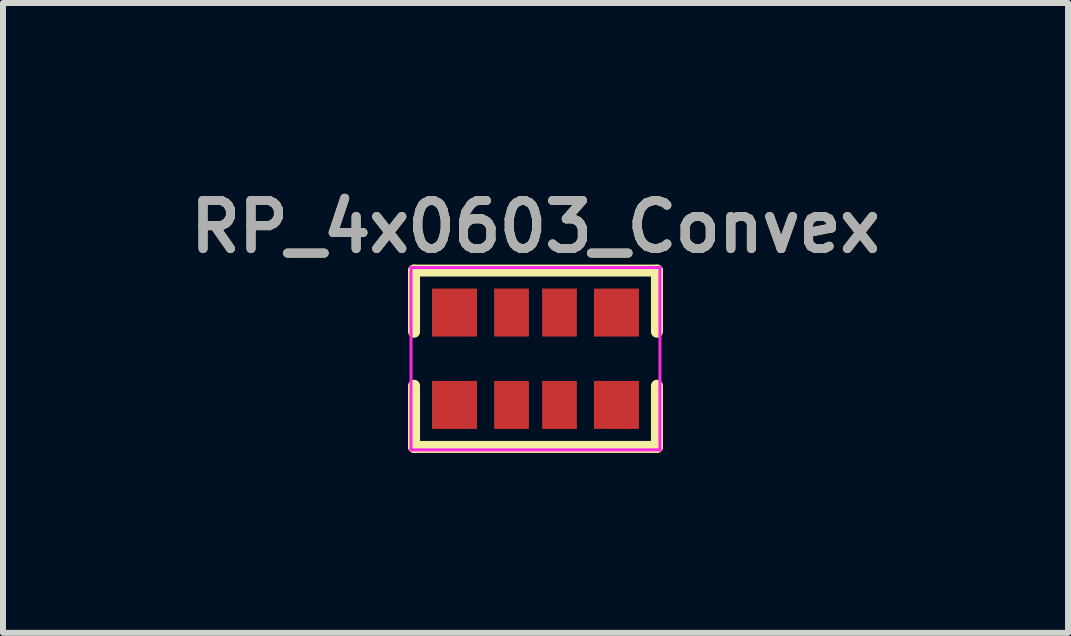
<source format=kicad_pcb>
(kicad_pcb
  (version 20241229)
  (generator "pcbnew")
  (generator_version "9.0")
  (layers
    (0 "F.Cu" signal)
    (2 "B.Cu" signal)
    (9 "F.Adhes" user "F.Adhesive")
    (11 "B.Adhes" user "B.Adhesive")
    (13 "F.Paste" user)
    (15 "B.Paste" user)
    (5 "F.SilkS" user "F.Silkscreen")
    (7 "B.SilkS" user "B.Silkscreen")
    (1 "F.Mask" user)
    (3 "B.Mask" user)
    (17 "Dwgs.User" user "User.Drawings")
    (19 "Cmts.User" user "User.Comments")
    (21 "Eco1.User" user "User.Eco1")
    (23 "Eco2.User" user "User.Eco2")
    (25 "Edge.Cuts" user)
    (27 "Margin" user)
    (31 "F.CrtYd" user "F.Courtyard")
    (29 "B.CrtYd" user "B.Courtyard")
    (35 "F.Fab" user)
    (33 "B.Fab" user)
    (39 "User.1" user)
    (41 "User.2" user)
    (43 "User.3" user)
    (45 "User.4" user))
  (footprint "RP_4x0603_Convex"
    (layer "F.Cu")
    (at 5.878 2.931)
    (property "Reference" "RP_4x0603_Convex" (at 0 -2.2 0) (layer "F.SilkS") (effects (font (size 0.8 0.8) (thickness 0.15))))
    (attr smd)
    (fp_line (start -2.025 -1.47) (end 2.025 -1.47) (stroke (width 0.2) (type solid)) (layer "F.SilkS"))
    (fp_line (start -2.025 -0.45) (end -2.025 -1.47) (stroke (width 0.2) (type solid)) (layer "F.SilkS"))
    (fp_line (start -2.025 1.47) (end -2.025 0.45) (stroke (width 0.2) (type solid)) (layer "F.SilkS"))
    (fp_line (start -2.025 1.47) (end 2.025 1.47) (stroke (width 0.2) (type solid)) (layer "F.SilkS"))
    (fp_line (start 2.025 -0.45) (end 2.025 -1.47) (stroke (width 0.2) (type solid)) (layer "F.SilkS"))
    (fp_line (start 2.025 1.47) (end 2.025 0.45) (stroke (width 0.2) (type solid)) (layer "F.SilkS"))
    (fp_line (start -2.075 -1.52) (end 2.075 -1.52) (stroke (width 0.05) (type solid)) (layer "F.CrtYd"))
    (fp_line (start -2.075 1.52) (end -2.075 -1.52) (stroke (width 0.05) (type solid)) (layer "F.CrtYd"))
    (fp_line (start 2.075 -1.52) (end 2.075 1.52) (stroke (width 0.05) (type solid)) (layer "F.CrtYd"))
    (fp_line (start 2.075 1.52) (end -2.075 1.52) (stroke (width 0.05) (type solid)) (layer "F.CrtYd"))
    (fp_text user "${REFERENCE}" (at 0 -2.2 0) (layer "F.Fab") (effects (font (size 0.8 0.8) (thickness 0.15))))
    (pad "1" smd rect (at -1.35 0.77 90) (size 0.8 0.75) (layers "F.Cu" "F.Mask" "F.Paste"))
    (pad "2" smd rect (at -0.4 0.77 90) (size 0.8 0.58) (layers "F.Cu" "F.Mask" "F.Paste"))
    (pad "3" smd rect (at 0.4 0.77 90) (size 0.8 0.58) (layers "F.Cu" "F.Mask" "F.Paste"))
    (pad "4" smd rect (at 1.35 0.77 90) (size 0.8 0.75) (layers "F.Cu" "F.Mask" "F.Paste"))
    (pad "5" smd rect (at 1.35 -0.77 90) (size 0.8 0.75) (layers "F.Cu" "F.Mask" "F.Paste"))
    (pad "6" smd rect (at 0.4 -0.77 90) (size 0.8 0.58) (layers "F.Cu" "F.Mask" "F.Paste"))
    (pad "7" smd rect (at -0.4 -0.77 90) (size 0.8 0.58) (layers "F.Cu" "F.Mask" "F.Paste"))
    (pad "8" smd rect (at -1.35 -0.77 90) (size 0.8 0.75) (layers "F.Cu" "F.Mask" "F.Paste")))
  (gr_rect
    (start -3 -3)
    (end 14.757 7.501)
    (stroke (width 0.1) (type default))
    (fill no)
    (layer "Edge.Cuts")))
</source>
